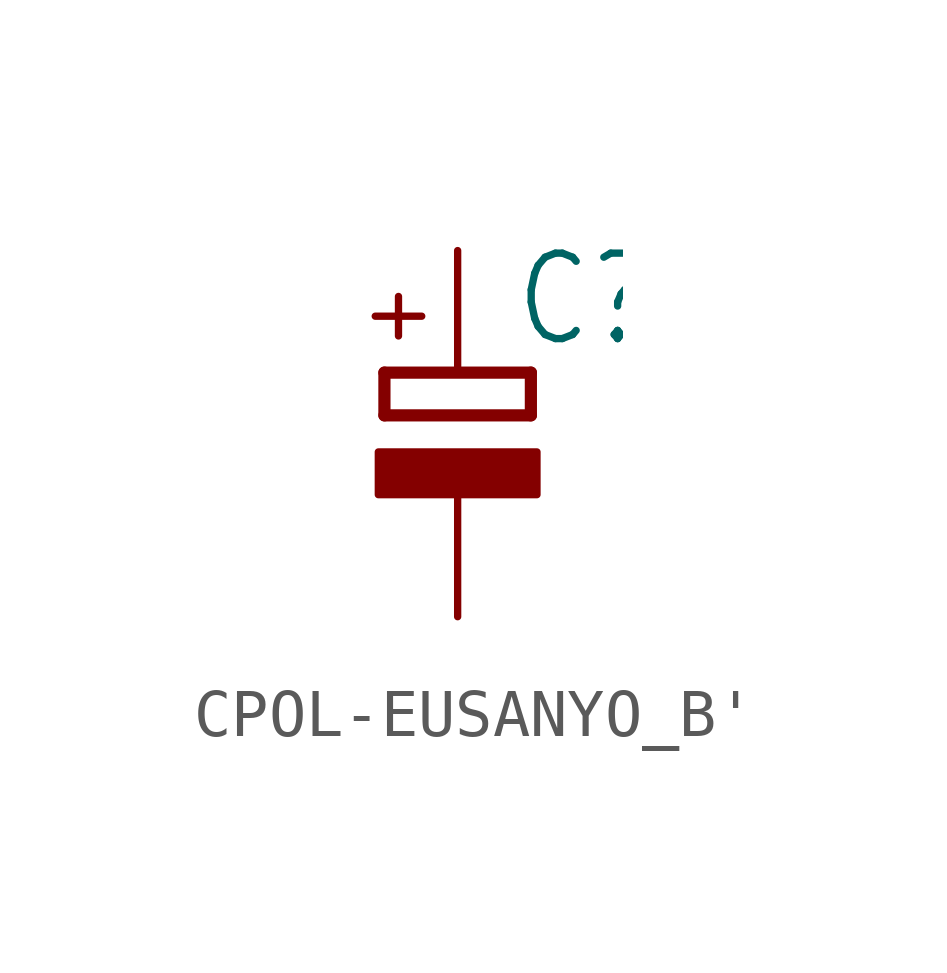
<source format=kicad_sym>
(kicad_symbol_lib
  (version 20241209)
  (generator "kicad_symbol_editor")
  (generator_version "9.0")
  (symbol "CPOL-EUSANYO_B'"
    (property "Reference" "C"
      (at 1.143 0.483 0)
      (effects (font (size 1.778 1.511)) (justify left bottom)))
    (property "Value" ""
      (at 1.143 -4.597 0)
      (effects (font (size 1.778 1.511)) (justify left bottom)))
    (property "ki_locked" ""
      (at 0 0 0)
      (effects (font (size 1.27 1.27))))
    (symbol "CPOL-EUSANYO_B'_1_0"
      (rectangle (start -1.651 -2.54) (end 1.651 -1.651) (stroke (width 0) (type default)) (fill (type outline)))
      (polyline (pts (xy -1.524 0) (xy -1.524 -0.889)) (stroke (width 0.254) (type solid)) (fill (type none)))
      (polyline (pts (xy -1.524 0) (xy 1.524 0)) (stroke (width 0.254) (type solid)) (fill (type none)))
      (polyline (pts (xy -1.524 -0.889) (xy 1.524 -0.889)) (stroke (width 0.254) (type solid)) (fill (type none)))
      (polyline (pts (xy 1.524 -0.889) (xy 1.524 0)) (stroke (width 0.254) (type solid)) (fill (type none)))
      (text "+" (at -0.584 0.406 900) (effects (font (size 1.27 1.079)) (justify left bottom)))
      (pin passive line (at 0 2.54 270) (length 2.54) (name "+" (effects (font (size 0 0)))) (number "+" (effects (font (size 0 0)))))
      (pin passive line (at 0 -5.08 90) (length 2.54) (name "-" (effects (font (size 0 0)))) (number "-" (effects (font (size 0 0))))))))
</source>
